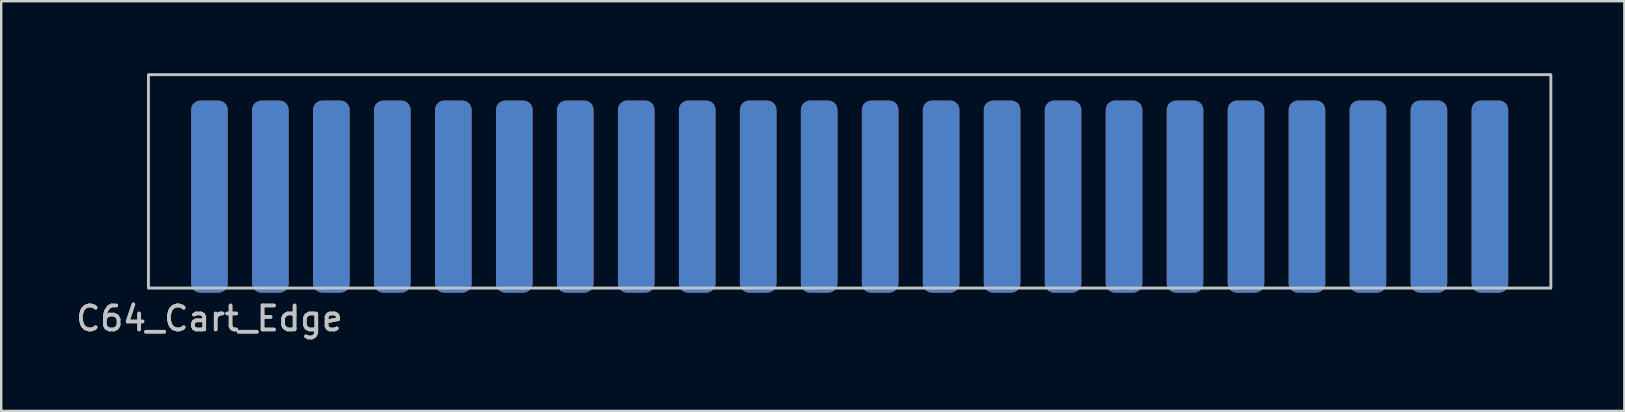
<source format=kicad_pcb>
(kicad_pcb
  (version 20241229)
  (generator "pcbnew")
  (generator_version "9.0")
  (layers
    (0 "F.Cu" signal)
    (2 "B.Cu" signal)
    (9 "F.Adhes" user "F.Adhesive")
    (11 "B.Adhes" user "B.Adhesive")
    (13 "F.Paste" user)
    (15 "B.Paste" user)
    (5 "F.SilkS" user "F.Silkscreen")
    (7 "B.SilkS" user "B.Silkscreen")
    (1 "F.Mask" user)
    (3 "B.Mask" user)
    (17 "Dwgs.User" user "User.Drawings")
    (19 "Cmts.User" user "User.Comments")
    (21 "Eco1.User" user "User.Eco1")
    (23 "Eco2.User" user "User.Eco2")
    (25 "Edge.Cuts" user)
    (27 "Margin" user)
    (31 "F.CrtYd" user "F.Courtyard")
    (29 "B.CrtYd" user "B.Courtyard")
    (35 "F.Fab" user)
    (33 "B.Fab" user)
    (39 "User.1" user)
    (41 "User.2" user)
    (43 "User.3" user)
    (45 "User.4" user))
  (footprint "C64_Cart_Edge"
    (layer "F.Cu")
    (at 3.133 8.95)
    (property "Reference" "C64_Cart_Edge" (at 2.54 1.27 0) (unlocked yes) (layer "Dwgs.User") (effects (font (size 1 1) (thickness 0.15))))
    (attr smd)
    (fp_rect (start 58.42 0) (end 0 -7.62) (stroke (width 0.12) (type solid)) (fill yes) (layer "F.Mask"))
    (fp_rect (start 58.42 0) (end 0 -7.62) (stroke (width 0.12) (type solid)) (fill yes) (layer "B.Mask"))
    (fp_rect (start 0 0) (end 58.42 -8.89) (stroke (width 0.12) (type solid)) (fill no) (layer "Dwgs.User"))
    (fp_text user "${REFERENCE}" (at 2.54 1.27 0) (unlocked yes) (layer "F.Fab") (effects (font (size 1 1) (thickness 0.15))))
    (pad "1" smd roundrect (at 2.54 -3.81) (size 1.524 8) (layers "F.Cu" "F.Mask" "F.Paste") (roundrect_rratio 0.25))
    (pad "2" smd roundrect (at 5.08 -3.81) (size 1.524 8) (layers "F.Cu" "F.Mask" "F.Paste") (roundrect_rratio 0.25))
    (pad "3" smd roundrect (at 7.62 -3.81) (size 1.524 8) (layers "F.Cu" "F.Mask" "F.Paste") (roundrect_rratio 0.25))
    (pad "4" smd roundrect (at 10.16 -3.81) (size 1.524 8) (layers "F.Cu" "F.Mask" "F.Paste") (roundrect_rratio 0.25))
    (pad "5" smd roundrect (at 12.7 -3.81) (size 1.524 8) (layers "F.Cu" "F.Mask" "F.Paste") (roundrect_rratio 0.25))
    (pad "6" smd roundrect (at 15.24 -3.81) (size 1.524 8) (layers "F.Cu" "F.Mask" "F.Paste") (roundrect_rratio 0.25))
    (pad "7" smd roundrect (at 17.78 -3.81) (size 1.524 8) (layers "F.Cu" "F.Mask" "F.Paste") (roundrect_rratio 0.25))
    (pad "8" smd roundrect (at 20.32 -3.81) (size 1.524 8) (layers "F.Cu" "F.Mask" "F.Paste") (roundrect_rratio 0.25))
    (pad "9" smd roundrect (at 22.86 -3.81) (size 1.524 8) (layers "F.Cu" "F.Mask" "F.Paste") (roundrect_rratio 0.25))
    (pad "10" smd roundrect (at 25.4 -3.81) (size 1.524 8) (layers "F.Cu" "F.Mask" "F.Paste") (roundrect_rratio 0.25))
    (pad "11" smd roundrect (at 27.94 -3.81) (size 1.524 8) (layers "F.Cu" "F.Mask" "F.Paste") (roundrect_rratio 0.25))
    (pad "12" smd roundrect (at 30.48 -3.81) (size 1.524 8) (layers "F.Cu" "F.Mask" "F.Paste") (roundrect_rratio 0.25))
    (pad "13" smd roundrect (at 33.02 -3.81) (size 1.524 8) (layers "F.Cu" "F.Mask" "F.Paste") (roundrect_rratio 0.25))
    (pad "14" smd roundrect (at 35.56 -3.81) (size 1.524 8) (layers "F.Cu" "F.Mask" "F.Paste") (roundrect_rratio 0.25))
    (pad "15" smd roundrect (at 38.1 -3.81) (size 1.524 8) (layers "F.Cu" "F.Mask" "F.Paste") (roundrect_rratio 0.25))
    (pad "16" smd roundrect (at 40.64 -3.81) (size 1.524 8) (layers "F.Cu" "F.Mask" "F.Paste") (roundrect_rratio 0.25))
    (pad "17" smd roundrect (at 43.18 -3.81) (size 1.524 8) (layers "F.Cu" "F.Mask" "F.Paste") (roundrect_rratio 0.25))
    (pad "18" smd roundrect (at 45.72 -3.81) (size 1.524 8) (layers "F.Cu" "F.Mask" "F.Paste") (roundrect_rratio 0.25))
    (pad "19" smd roundrect (at 48.26 -3.81) (size 1.524 8) (layers "F.Cu" "F.Mask" "F.Paste") (roundrect_rratio 0.25))
    (pad "20" smd roundrect (at 50.8 -3.81) (size 1.524 8) (layers "F.Cu" "F.Mask" "F.Paste") (roundrect_rratio 0.25))
    (pad "21" smd roundrect (at 53.34 -3.81) (size 1.524 8) (layers "F.Cu" "F.Mask" "F.Paste") (roundrect_rratio 0.25))
    (pad "22" smd roundrect (at 55.88 -3.81) (size 1.524 8) (layers "F.Cu" "F.Mask" "F.Paste") (roundrect_rratio 0.25))
    (pad "A" smd roundrect (at 2.54 -3.81) (size 1.524 8) (layers "B.Cu" "B.Mask" "B.Paste") (roundrect_rratio 0.25))
    (pad "B" smd roundrect (at 5.08 -3.81) (size 1.524 8) (layers "B.Cu" "B.Mask" "B.Paste") (roundrect_rratio 0.25))
    (pad "C" smd roundrect (at 7.62 -3.81) (size 1.524 8) (layers "B.Cu" "B.Mask" "B.Paste") (roundrect_rratio 0.25))
    (pad "D" smd roundrect (at 10.16 -3.81) (size 1.524 8) (layers "B.Cu" "B.Mask" "B.Paste") (roundrect_rratio 0.25))
    (pad "E" smd roundrect (at 12.7 -3.81) (size 1.524 8) (layers "B.Cu" "B.Mask" "B.Paste") (roundrect_rratio 0.25))
    (pad "F" smd roundrect (at 15.24 -3.81) (size 1.524 8) (layers "B.Cu" "B.Mask" "B.Paste") (roundrect_rratio 0.25))
    (pad "H" smd roundrect (at 17.78 -3.81) (size 1.524 8) (layers "B.Cu" "B.Mask" "B.Paste") (roundrect_rratio 0.25))
    (pad "J" smd roundrect (at 20.32 -3.81) (size 1.524 8) (layers "B.Cu" "B.Mask" "B.Paste") (roundrect_rratio 0.25))
    (pad "K" smd roundrect (at 22.86 -3.81) (size 1.524 8) (layers "B.Cu" "B.Mask" "B.Paste") (roundrect_rratio 0.25))
    (pad "L" smd roundrect (at 25.4 -3.81) (size 1.524 8) (layers "B.Cu" "B.Mask" "B.Paste") (roundrect_rratio 0.25))
    (pad "M" smd roundrect (at 27.94 -3.81) (size 1.524 8) (layers "B.Cu" "B.Mask" "B.Paste") (roundrect_rratio 0.25))
    (pad "N" smd roundrect (at 30.48 -3.81) (size 1.524 8) (layers "B.Cu" "B.Mask" "B.Paste") (roundrect_rratio 0.25))
    (pad "P" smd roundrect (at 33.02 -3.81) (size 1.524 8) (layers "B.Cu" "B.Mask" "B.Paste") (roundrect_rratio 0.25))
    (pad "R" smd roundrect (at 35.56 -3.81) (size 1.524 8) (layers "B.Cu" "B.Mask" "B.Paste") (roundrect_rratio 0.25))
    (pad "S" smd roundrect (at 38.1 -3.81) (size 1.524 8) (layers "B.Cu" "B.Mask" "B.Paste") (roundrect_rratio 0.25))
    (pad "T" smd roundrect (at 40.64 -3.81) (size 1.524 8) (layers "B.Cu" "B.Mask" "B.Paste") (roundrect_rratio 0.25))
    (pad "U" smd roundrect (at 43.18 -3.81) (size 1.524 8) (layers "B.Cu" "B.Mask" "B.Paste") (roundrect_rratio 0.25))
    (pad "V" smd roundrect (at 45.72 -3.81) (size 1.524 8) (layers "B.Cu" "B.Mask" "B.Paste") (roundrect_rratio 0.25))
    (pad "W" smd roundrect (at 48.26 -3.81) (size 1.524 8) (layers "B.Cu" "B.Mask" "B.Paste") (roundrect_rratio 0.25))
    (pad "X" smd roundrect (at 50.8 -3.81) (size 1.524 8) (layers "B.Cu" "B.Mask" "B.Paste") (roundrect_rratio 0.25))
    (pad "Y" smd roundrect (at 53.34 -3.81) (size 1.524 8) (layers "B.Cu" "B.Mask" "B.Paste") (roundrect_rratio 0.25))
    (pad "Z" smd roundrect (at 55.88 -3.81) (size 1.524 8) (layers "B.Cu" "B.Mask" "B.Paste") (roundrect_rratio 0.25)))
  (gr_rect
    (start -3 -3)
    (end 64.613 14.068)
    (stroke (width 0.1) (type default))
    (fill no)
    (layer "Edge.Cuts")))
</source>
